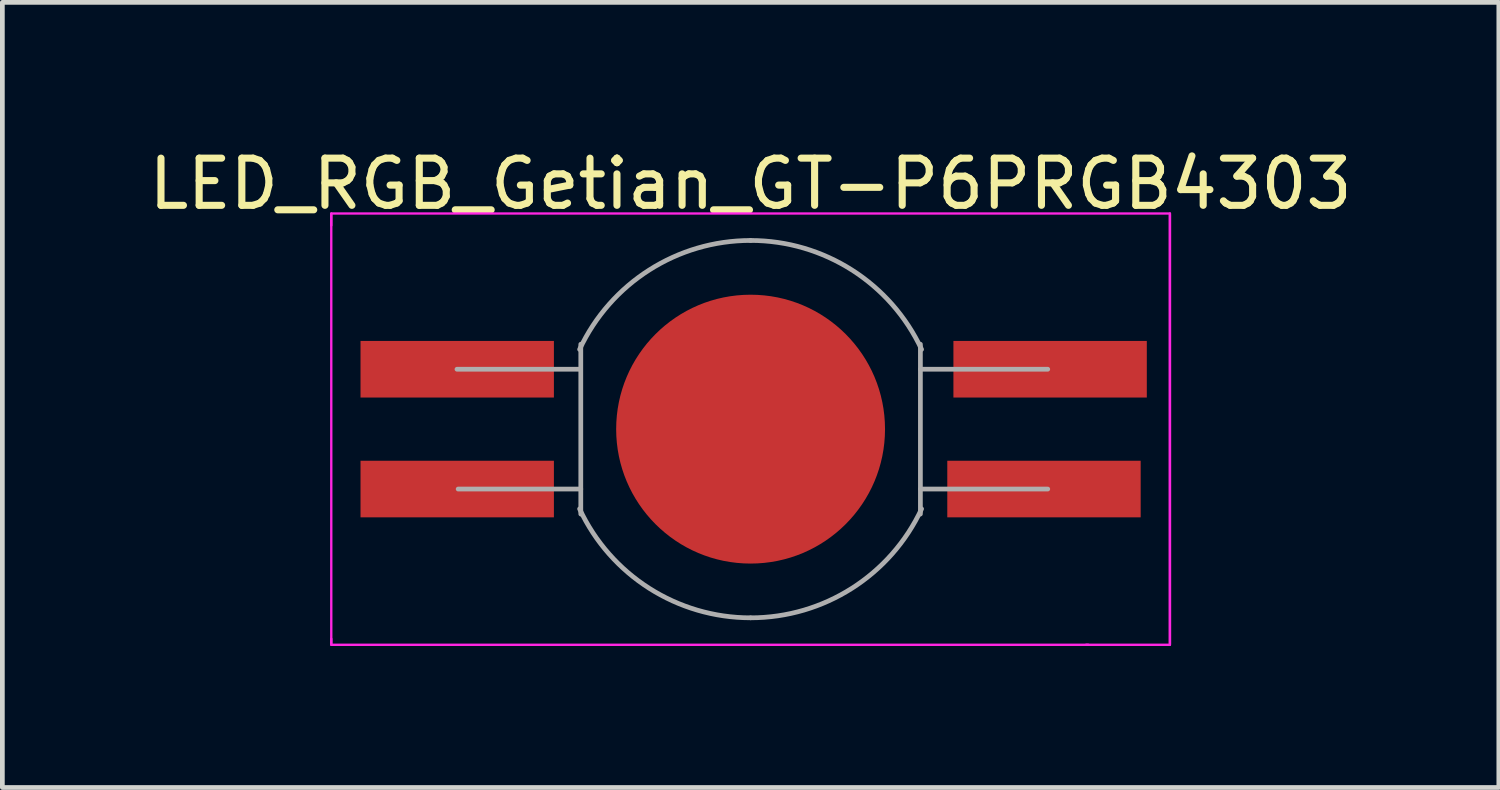
<source format=kicad_pcb>
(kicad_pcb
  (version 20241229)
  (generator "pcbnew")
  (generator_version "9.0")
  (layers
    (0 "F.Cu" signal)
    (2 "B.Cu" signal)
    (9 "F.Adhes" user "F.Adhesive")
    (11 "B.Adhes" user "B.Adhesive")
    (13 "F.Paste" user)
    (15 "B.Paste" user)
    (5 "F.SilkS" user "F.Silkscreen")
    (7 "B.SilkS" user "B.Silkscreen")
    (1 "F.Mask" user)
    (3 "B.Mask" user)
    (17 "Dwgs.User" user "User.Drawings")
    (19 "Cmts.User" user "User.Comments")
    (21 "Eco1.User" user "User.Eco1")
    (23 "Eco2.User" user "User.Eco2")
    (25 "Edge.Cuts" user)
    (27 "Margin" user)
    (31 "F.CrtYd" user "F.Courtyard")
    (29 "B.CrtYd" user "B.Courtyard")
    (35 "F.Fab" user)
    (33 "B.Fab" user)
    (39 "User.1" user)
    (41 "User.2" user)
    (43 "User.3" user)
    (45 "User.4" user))
  (footprint "LED_RGB_Getian_GT-P6PRGB4303"
    (layer "F.Cu")
    (at 12.863 6.048)
    (property "Reference" "LED_RGB_Getian_GT-P6PRGB4303" (at 0 -5.2 0) (layer "F.SilkS") (effects (font (size 1 1) (thickness 0.15))))
    (attr smd)
    (fp_line (start -8.89 -4.572) (end -8.89 -4.318) (stroke (width 0.05) (type solid)) (layer "F.CrtYd"))
    (fp_line (start -8.89 -4.55) (end -8.89 4.55) (stroke (width 0.05) (type solid)) (layer "F.CrtYd"))
    (fp_line (start -8.89 4.572) (end -8.89 4.445) (stroke (width 0.05) (type solid)) (layer "F.CrtYd"))
    (fp_line (start -8.89 4.572) (end 7.16 4.572) (stroke (width 0.05) (type solid)) (layer "F.CrtYd"))
    (fp_line (start 7.112 4.572) (end 8.89 4.572) (stroke (width 0.05) (type solid)) (layer "F.CrtYd"))
    (fp_line (start 8.89 -4.572) (end -8.89 -4.572) (stroke (width 0.05) (type solid)) (layer "F.CrtYd"))
    (fp_line (start 8.89 -4.572) (end 8.89 4.572) (stroke (width 0.05) (type solid)) (layer "F.CrtYd"))
    (fp_line (start 8.89 -4.55) (end 8.89 4.55) (stroke (width 0.05) (type solid)) (layer "F.CrtYd"))
    (fp_line (start -3.625 -1.27) (end -6.225 -1.27) (stroke (width 0.1) (type solid)) (layer "F.Fab"))
    (fp_line (start -3.6 1.27) (end -6.2 1.27) (stroke (width 0.1) (type solid)) (layer "F.Fab"))
    (fp_line (start -3.6 1.8) (end -3.6 -1.8) (stroke (width 0.1) (type solid)) (layer "F.Fab"))
    (fp_line (start 3.6 -1.8) (end 3.6 1.8) (stroke (width 0.1) (type solid)) (layer "F.Fab"))
    (fp_line (start 3.6 -1.27) (end 6.3 -1.27) (stroke (width 0.1) (type solid)) (layer "F.Fab"))
    (fp_line (start 3.6 1.27) (end 6.3 1.27) (stroke (width 0.1) (type solid)) (layer "F.Fab"))
    (fp_arc (start -3.625231 -1.690473) (mid -2.149198 -3.373566) (end 0 -4) (stroke (width 0.1) (type solid)) (layer "F.Fab"))
    (fp_arc (start 0 -4) (mid 2.149198 -3.373566) (end 3.625231 -1.690473) (stroke (width 0.1) (type solid)) (layer "F.Fab"))
    (fp_arc (start 0 4) (mid -2.149198 3.373566) (end -3.625231 1.690473) (stroke (width 0.1) (type solid)) (layer "F.Fab"))
    (fp_arc (start 3.625231 1.690473) (mid 2.149198 3.373566) (end 0 4) (stroke (width 0.1) (type solid)) (layer "F.Fab"))
    (pad "1" smd rect (at -6.22 1.27) (size 4.1 1.2) (layers "F.Cu" "F.Mask" "F.Paste"))
    (pad "2" smd rect (at 6.22 1.27 180) (size 4.1 1.2) (layers "F.Cu" "F.Mask" "F.Paste"))
    (pad "3" smd rect (at 6.35 -1.27 180) (size 4.1 1.2) (layers "F.Cu" "F.Mask" "F.Paste"))
    (pad "4" smd rect (at -6.22 -1.27) (size 4.1 1.2) (layers "F.Cu" "F.Mask" "F.Paste"))
    (pad "PAD" smd circle (at 0 0) (size 5.7 5.7) (layers "F.Cu" "F.Mask" "F.Paste")))
  (gr_rect
    (start -3 -3)
    (end 28.726 13.645)
    (stroke (width 0.1) (type default))
    (fill no)
    (layer "Edge.Cuts")))
</source>
